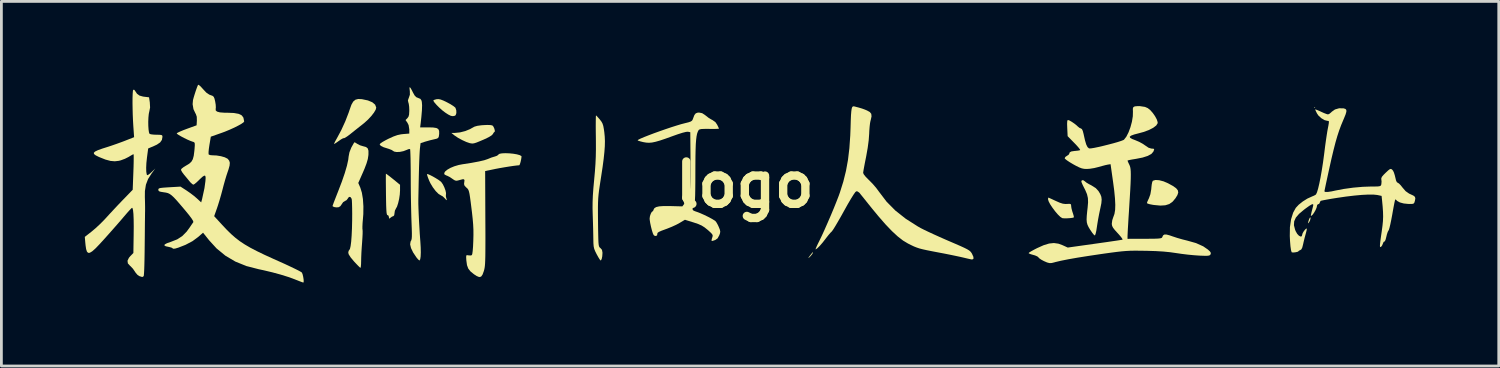
<source format=kicad_pcb>
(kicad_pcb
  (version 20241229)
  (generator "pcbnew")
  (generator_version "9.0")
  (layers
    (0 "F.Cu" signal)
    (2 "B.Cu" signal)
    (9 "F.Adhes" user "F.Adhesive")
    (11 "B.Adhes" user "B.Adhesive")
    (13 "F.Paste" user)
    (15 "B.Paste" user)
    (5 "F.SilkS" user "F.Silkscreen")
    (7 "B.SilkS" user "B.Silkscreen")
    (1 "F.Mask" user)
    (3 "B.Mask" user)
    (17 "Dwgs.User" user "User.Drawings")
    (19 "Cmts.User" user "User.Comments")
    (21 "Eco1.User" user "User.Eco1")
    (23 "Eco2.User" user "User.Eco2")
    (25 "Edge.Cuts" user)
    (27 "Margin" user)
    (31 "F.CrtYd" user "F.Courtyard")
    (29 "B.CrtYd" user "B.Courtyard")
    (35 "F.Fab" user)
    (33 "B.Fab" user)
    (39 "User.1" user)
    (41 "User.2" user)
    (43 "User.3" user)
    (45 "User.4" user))
  (footprint "logo"
    (layer "F.Cu")
    (at 23.739 3.592)
    (property "Reference" "logo" (at 0 0 0) (layer "F.SilkS") (effects (font (size 1.524 1.524) (thickness 0.3))))
    (attr board_only exclude_from_pos_files exclude_from_bom)
    (fp_poly (pts (xy 20.513 -2.776) (xy 20.496 -2.759) (xy 20.48 -2.776) (xy 20.496 -2.793)) (stroke (width 0) (type solid)) (fill yes) (layer "F.SilkS"))
    (fp_poly (pts (xy 20.345 1.205) (xy 20.346 1.215) (xy 20.326 1.295) (xy 20.295 1.348) (xy 20.259 1.391) (xy 20.254 1.377) (xy 20.266 1.33) (xy 20.294 1.245) (xy 20.316 1.197) (xy 20.338 1.17)) (stroke (width 0) (type solid)) (fill yes) (layer "F.SilkS"))
    (fp_poly (pts (xy 2.451 2.448) (xy 2.421 2.5) (xy 2.372 2.562) (xy 2.324 2.61) (xy 2.286 2.641) (xy 2.286 2.63) (xy 2.325 2.574) (xy 2.342 2.552) (xy 2.399 2.478) (xy 2.44 2.433) (xy 2.449 2.427)) (stroke (width 0) (type solid)) (fill yes) (layer "F.SilkS"))
    (fp_poly (pts (xy -10.942 -3.063) (xy -10.84 -3.024) (xy -10.708 -2.96) (xy -10.585 -2.893) (xy -10.483 -2.828) (xy -10.419 -2.777) (xy -10.407 -2.762) (xy -10.378 -2.671) (xy -10.375 -2.576) (xy -10.399 -2.504) (xy -10.425 -2.48) (xy -10.498 -2.464) (xy -10.573 -2.476) (xy -10.668 -2.523) (xy -10.777 -2.594) (xy -10.879 -2.672) (xy -10.985 -2.766) (xy -11.082 -2.863) (xy -11.158 -2.949) (xy -11.2 -3.011) (xy -11.204 -3.028) (xy -11.175 -3.049) (xy -11.104 -3.07) (xy -11.089 -3.073) (xy -11.019 -3.078)) (stroke (width 0) (type solid)) (fill yes) (layer "F.SilkS"))
    (fp_poly (pts (xy -11.394 -0.377) (xy -11.318 -0.344) (xy -11.218 -0.293) (xy -11.111 -0.231) (xy -11.013 -0.169) (xy -10.939 -0.114) (xy -10.917 -0.093) (xy -10.86 -0.011) (xy -10.807 0.098) (xy -10.766 0.21) (xy -10.747 0.304) (xy -10.75 0.348) (xy -10.754 0.417) (xy -10.738 0.482) (xy -10.718 0.549) (xy -10.731 0.558) (xy -10.776 0.51) (xy -10.796 0.487) (xy -10.865 0.421) (xy -10.928 0.386) (xy -11.017 0.332) (xy -11.118 0.231) (xy -11.219 0.098) (xy -11.31 -0.053) (xy -11.352 -0.142) (xy -11.396 -0.252) (xy -11.424 -0.338) (xy -11.432 -0.38) (xy -11.431 -0.382)) (stroke (width 0) (type solid)) (fill yes) (layer "F.SilkS"))
    (fp_poly (pts (xy 14.904 -0.16) (xy 15.061 -0.119) (xy 15.219 -0.051) (xy 15.394 0.045) (xy 15.51 0.126) (xy 15.573 0.202) (xy 15.588 0.282) (xy 15.558 0.375) (xy 15.489 0.488) (xy 15.385 0.612) (xy 15.267 0.696) (xy 15.124 0.741) (xy 14.944 0.752) (xy 14.718 0.731) (xy 14.67 0.724) (xy 14.562 0.703) (xy 14.487 0.68) (xy 14.462 0.661) (xy 14.476 0.614) (xy 14.512 0.533) (xy 14.534 0.489) (xy 14.586 0.344) (xy 14.618 0.16) (xy 14.621 0.116) (xy 14.634 -0.003) (xy 14.653 -0.095) (xy 14.674 -0.14) (xy 14.674 -0.141) (xy 14.77 -0.169)) (stroke (width 0) (type solid)) (fill yes) (layer "F.SilkS"))
    (fp_poly (pts (xy 10.952 0.479) (xy 11.031 0.514) (xy 11.14 0.565) (xy 11.183 0.585) (xy 11.328 0.649) (xy 11.438 0.684) (xy 11.533 0.695) (xy 11.586 0.693) (xy 11.678 0.689) (xy 11.722 0.7) (xy 11.735 0.736) (xy 11.736 0.764) (xy 11.747 0.845) (xy 11.775 0.954) (xy 11.792 1.005) (xy 11.821 1.097) (xy 11.835 1.16) (xy 11.834 1.176) (xy 11.787 1.191) (xy 11.698 1.203) (xy 11.591 1.21) (xy 11.49 1.211) (xy 11.42 1.204) (xy 11.416 1.203) (xy 11.348 1.159) (xy 11.259 1.073) (xy 11.162 0.96) (xy 11.067 0.833) (xy 10.984 0.709) (xy 10.927 0.601) (xy 10.905 0.526) (xy 10.905 0.525) (xy 10.911 0.475) (xy 10.918 0.465)) (stroke (width 0) (type solid)) (fill yes) (layer "F.SilkS"))
    (fp_poly (pts (xy -9.149 -2.144) (xy -9.081 -2.13) (xy -9.079 -2.13) (xy -9.043 -2.089) (xy -9.012 -2.022) (xy -8.993 -1.952) (xy -8.995 -1.904) (xy -9.008 -1.895) (xy -9.035 -1.869) (xy -9.06 -1.823) (xy -9.113 -1.769) (xy -9.226 -1.701) (xy -9.386 -1.625) (xy -9.545 -1.558) (xy -9.656 -1.513) (xy -9.734 -1.489) (xy -9.793 -1.48) (xy -9.847 -1.485) (xy -9.898 -1.495) (xy -10.02 -1.537) (xy -10.168 -1.605) (xy -10.317 -1.686) (xy -10.439 -1.768) (xy -10.456 -1.781) (xy -10.556 -1.861) (xy -10.423 -1.862) (xy -10.246 -1.88) (xy -10.056 -1.928) (xy -9.886 -1.997) (xy -9.812 -2.039) (xy -9.726 -2.086) (xy -9.622 -2.116) (xy -9.48 -2.136) (xy -9.416 -2.141) (xy -9.266 -2.148)) (stroke (width 0) (type solid)) (fill yes) (layer "F.SilkS"))
    (fp_poly (pts (xy -12.883 -0.38) (xy -12.817 -0.331) (xy -12.722 -0.257) (xy -12.652 -0.201) (xy -12.401 0.004) (xy -12.401 0.205) (xy -12.41 0.354) (xy -12.434 0.514) (xy -12.469 0.665) (xy -12.51 0.79) (xy -12.553 0.867) (xy -12.553 0.867) (xy -12.587 0.937) (xy -12.6 1.025) (xy -12.611 1.098) (xy -12.637 1.13) (xy -12.639 1.13) (xy -12.692 1.151) (xy -12.739 1.185) (xy -12.784 1.221) (xy -12.799 1.205) (xy -12.8 1.169) (xy -12.819 1.111) (xy -12.848 1.097) (xy -12.865 1.088) (xy -12.877 1.056) (xy -12.887 0.994) (xy -12.894 0.893) (xy -12.9 0.747) (xy -12.904 0.548) (xy -12.907 0.357) (xy -12.909 0.143) (xy -12.911 -0.048) (xy -12.912 -0.207) (xy -12.911 -0.322) (xy -12.91 -0.385) (xy -12.91 -0.394)) (stroke (width 0) (type solid)) (fill yes) (layer "F.SilkS"))
    (fp_poly (pts (xy -13.772 -3.075) (xy -13.558 -3.03) (xy -13.399 -2.964) (xy -13.297 -2.878) (xy -13.257 -2.773) (xy -13.257 -2.772) (xy -13.277 -2.696) (xy -13.34 -2.59) (xy -13.435 -2.468) (xy -13.553 -2.341) (xy -13.684 -2.222) (xy -13.725 -2.189) (xy -13.866 -2.078) (xy -14.025 -1.952) (xy -14.168 -1.838) (xy -14.172 -1.834) (xy -14.275 -1.755) (xy -14.359 -1.699) (xy -14.409 -1.673) (xy -14.418 -1.674) (xy -14.453 -1.667) (xy -14.524 -1.628) (xy -14.596 -1.578) (xy -14.684 -1.516) (xy -14.749 -1.474) (xy -14.773 -1.463) (xy -14.767 -1.489) (xy -14.734 -1.558) (xy -14.68 -1.655) (xy -14.673 -1.667) (xy -14.515 -1.961) (xy -14.369 -2.281) (xy -14.248 -2.594) (xy -14.213 -2.698) (xy -14.151 -2.873) (xy -14.085 -2.989) (xy -14.005 -3.056) (xy -13.904 -3.082)) (stroke (width 0) (type solid)) (fill yes) (layer "F.SilkS"))
    (fp_poly (pts (xy 12.175 -0.159) (xy 12.232 -0.119) (xy 12.236 -0.115) (xy 12.288 -0.073) (xy 12.379 -0.019) (xy 12.458 0.021) (xy 12.622 0.124) (xy 12.719 0.23) (xy 12.784 0.338) (xy 12.822 0.435) (xy 12.834 0.539) (xy 12.823 0.667) (xy 12.789 0.837) (xy 12.779 0.881) (xy 12.74 1.068) (xy 12.701 1.276) (xy 12.67 1.468) (xy 12.662 1.521) (xy 12.641 1.659) (xy 12.617 1.763) (xy 12.595 1.82) (xy 12.586 1.827) (xy 12.552 1.8) (xy 12.495 1.73) (xy 12.428 1.632) (xy 12.419 1.619) (xy 12.362 1.524) (xy 12.323 1.441) (xy 12.3 1.355) (xy 12.292 1.253) (xy 12.298 1.12) (xy 12.315 0.943) (xy 12.329 0.825) (xy 12.345 0.634) (xy 12.339 0.482) (xy 12.307 0.343) (xy 12.243 0.192) (xy 12.198 0.104) (xy 12.147 0.001) (xy 12.112 -0.082) (xy 12.102 -0.121) (xy 12.124 -0.16)) (stroke (width 0) (type solid)) (fill yes) (layer "F.SilkS"))
    (fp_poly (pts (xy -5.324 -2.467) (xy -5.268 -2.405) (xy -5.216 -2.345) (xy -5.158 -2.269) (xy -5.119 -2.198) (xy -5.091 -2.112) (xy -5.069 -1.991) (xy -5.054 -1.885) (xy -5.039 -1.731) (xy -5.032 -1.567) (xy -5.036 -1.385) (xy -5.051 -1.176) (xy -5.077 -0.931) (xy -5.115 -0.641) (xy -5.167 -0.299) (xy -5.19 -0.151) (xy -5.22 0.046) (xy -5.244 0.209) (xy -5.261 0.353) (xy -5.273 0.491) (xy -5.28 0.637) (xy -5.283 0.804) (xy -5.283 1.005) (xy -5.281 1.255) (xy -5.28 1.354) (xy -5.277 1.617) (xy -5.273 1.822) (xy -5.269 1.976) (xy -5.264 2.087) (xy -5.256 2.164) (xy -5.245 2.214) (xy -5.231 2.245) (xy -5.212 2.266) (xy -5.195 2.279) (xy -5.138 2.344) (xy -5.12 2.444) (xy -5.12 2.454) (xy -5.128 2.576) (xy -5.148 2.671) (xy -5.175 2.722) (xy -5.186 2.726) (xy -5.213 2.699) (xy -5.259 2.627) (xy -5.317 2.524) (xy -5.329 2.502) (xy -5.383 2.394) (xy -5.418 2.306) (xy -5.437 2.218) (xy -5.446 2.107) (xy -5.449 1.953) (xy -5.449 1.945) (xy -5.452 1.789) (xy -5.456 1.588) (xy -5.462 1.367) (xy -5.469 1.146) (xy -5.471 1.079) (xy -5.477 0.844) (xy -5.475 0.622) (xy -5.466 0.392) (xy -5.448 0.135) (xy -5.42 -0.167) (xy -5.419 -0.178) (xy -5.392 -0.476) (xy -5.373 -0.742) (xy -5.361 -0.999) (xy -5.356 -1.269) (xy -5.357 -1.575) (xy -5.358 -1.697) (xy -5.361 -1.919) (xy -5.362 -2.117) (xy -5.361 -2.282) (xy -5.359 -2.405) (xy -5.356 -2.477) (xy -5.353 -2.491)) (stroke (width 0) (type solid)) (fill yes) (layer "F.SilkS"))
    (fp_poly (pts (xy -14.014 -1.515) (xy -13.953 -1.477) (xy -13.941 -1.469) (xy -13.84 -1.416) (xy -13.728 -1.382) (xy -13.726 -1.382) (xy -13.624 -1.354) (xy -13.563 -1.305) (xy -13.537 -1.221) (xy -13.537 -1.089) (xy -13.54 -1.055) (xy -13.56 -0.923) (xy -13.604 -0.771) (xy -13.674 -0.585) (xy -13.73 -0.454) (xy -13.903 -0.061) (xy -13.83 0.107) (xy -13.774 0.288) (xy -13.736 0.517) (xy -13.719 0.78) (xy -13.722 1.059) (xy -13.735 1.224) (xy -13.748 1.372) (xy -13.754 1.499) (xy -13.754 1.587) (xy -13.75 1.616) (xy -13.746 1.667) (xy -13.747 1.769) (xy -13.754 1.908) (xy -13.765 2.069) (xy -13.765 2.071) (xy -13.779 2.26) (xy -13.791 2.455) (xy -13.798 2.63) (xy -13.8 2.734) (xy -13.803 2.856) (xy -13.811 2.946) (xy -13.821 2.99) (xy -13.824 2.992) (xy -13.855 2.969) (xy -13.919 2.906) (xy -14.004 2.817) (xy -14.055 2.762) (xy -14.177 2.616) (xy -14.246 2.508) (xy -14.263 2.449) (xy -14.251 2.382) (xy -14.231 2.355) (xy -14.203 2.312) (xy -14.179 2.208) (xy -14.158 2.047) (xy -14.142 1.834) (xy -14.13 1.574) (xy -14.123 1.272) (xy -14.123 1.243) (xy -14.122 1.035) (xy -14.124 0.846) (xy -14.128 0.688) (xy -14.133 0.573) (xy -14.141 0.51) (xy -14.142 0.507) (xy -14.184 0.445) (xy -14.235 0.439) (xy -14.277 0.491) (xy -14.279 0.499) (xy -14.326 0.558) (xy -14.378 0.585) (xy -14.448 0.629) (xy -14.495 0.698) (xy -14.546 0.772) (xy -14.607 0.81) (xy -14.686 0.817) (xy -14.765 0.806) (xy -14.819 0.782) (xy -14.828 0.766) (xy -14.816 0.728) (xy -14.784 0.639) (xy -14.734 0.511) (xy -14.673 0.355) (xy -14.63 0.246) (xy -14.495 -0.106) (xy -14.388 -0.417) (xy -14.311 -0.681) (xy -14.264 -0.895) (xy -14.25 -1.014) (xy -14.221 -1.164) (xy -14.154 -1.334) (xy -14.061 -1.499) (xy -14.043 -1.524)) (stroke (width 0) (type solid)) (fill yes) (layer "F.SilkS"))
    (fp_poly (pts (xy -8.47 -1.127) (xy -8.328 -1.113) (xy -8.199 -1.091) (xy -8.098 -1.063) (xy -8.04 -1.031) (xy -8.031 -1.011) (xy -8.044 -0.917) (xy -8.065 -0.82) (xy -8.089 -0.74) (xy -8.11 -0.7) (xy -8.114 -0.698) (xy -8.188 -0.692) (xy -8.311 -0.677) (xy -8.468 -0.654) (xy -8.641 -0.626) (xy -8.815 -0.596) (xy -8.974 -0.566) (xy -9 -0.56) (xy -9.34 -0.49) (xy -9.333 1.209) (xy -9.331 1.593) (xy -9.33 1.917) (xy -9.331 2.186) (xy -9.332 2.407) (xy -9.334 2.585) (xy -9.338 2.726) (xy -9.343 2.837) (xy -9.35 2.923) (xy -9.359 2.99) (xy -9.37 3.045) (xy -9.383 3.093) (xy -9.384 3.099) (xy -9.434 3.235) (xy -9.487 3.308) (xy -9.554 3.323) (xy -9.648 3.284) (xy -9.742 3.222) (xy -9.867 3.12) (xy -9.947 3.018) (xy -9.993 2.894) (xy -10.016 2.727) (xy -10.017 2.714) (xy -10.023 2.607) (xy -10.019 2.552) (xy -9.997 2.534) (xy -9.953 2.54) (xy -9.944 2.542) (xy -9.865 2.547) (xy -9.82 2.535) (xy -9.803 2.491) (xy -9.788 2.386) (xy -9.775 2.225) (xy -9.766 2.013) (xy -9.766 2.011) (xy -9.761 1.806) (xy -9.762 1.62) (xy -9.771 1.436) (xy -9.788 1.234) (xy -9.814 0.995) (xy -9.832 0.851) (xy -9.86 0.626) (xy -9.883 0.457) (xy -9.902 0.335) (xy -9.921 0.251) (xy -9.94 0.194) (xy -9.963 0.155) (xy -9.992 0.124) (xy -10.014 0.106) (xy -10.078 0.041) (xy -10.099 -0.022) (xy -10.091 -0.088) (xy -10.083 -0.159) (xy -10.1 -0.193) (xy -10.154 -0.194) (xy -10.257 -0.167) (xy -10.276 -0.161) (xy -10.361 -0.141) (xy -10.423 -0.15) (xy -10.494 -0.193) (xy -10.524 -0.215) (xy -10.619 -0.278) (xy -10.71 -0.323) (xy -10.733 -0.33) (xy -10.801 -0.366) (xy -10.813 -0.416) (xy -10.777 -0.476) (xy -10.699 -0.54) (xy -10.587 -0.604) (xy -10.449 -0.661) (xy -10.291 -0.708) (xy -10.155 -0.734) (xy -9.828 -0.785) (xy -9.566 -0.834) (xy -9.369 -0.88) (xy -9.237 -0.925) (xy -9.226 -0.93) (xy -9.115 -0.975) (xy -9.008 -1.008) (xy -8.988 -1.013) (xy -8.909 -1.042) (xy -8.864 -1.081) (xy -8.864 -1.083) (xy -8.821 -1.111) (xy -8.732 -1.127) (xy -8.609 -1.132)) (stroke (width 0) (type solid)) (fill yes) (layer "F.SilkS"))
    (fp_poly (pts (xy -12.027 -3.483) (xy -11.978 -3.399) (xy -11.937 -3.316) (xy -11.877 -3.209) (xy -11.819 -3.148) (xy -11.748 -3.118) (xy -11.746 -3.117) (xy -11.669 -3.086) (xy -11.63 -3.028) (xy -11.617 -2.973) (xy -11.608 -2.852) (xy -11.614 -2.669) (xy -11.635 -2.425) (xy -11.658 -2.219) (xy -11.678 -2.061) (xy -11.38 -2.061) (xy -11.208 -2.056) (xy -11.093 -2.038) (xy -11.025 -1.999) (xy -10.995 -1.935) (xy -10.993 -1.837) (xy -10.996 -1.806) (xy -11.008 -1.724) (xy -11.033 -1.678) (xy -11.088 -1.652) (xy -11.182 -1.63) (xy -11.321 -1.597) (xy -11.464 -1.557) (xy -11.508 -1.544) (xy -11.663 -1.493) (xy -11.687 -1.29) (xy -11.694 -1.197) (xy -11.702 -1.05) (xy -11.71 -0.863) (xy -11.717 -0.648) (xy -11.723 -0.419) (xy -11.725 -0.336) (xy -11.73 -0.109) (xy -11.734 0.104) (xy -11.738 0.291) (xy -11.741 0.441) (xy -11.743 0.542) (xy -11.743 0.565) (xy -11.743 0.684) (xy -11.738 0.855) (xy -11.73 1.064) (xy -11.719 1.296) (xy -11.705 1.537) (xy -11.691 1.772) (xy -11.675 1.988) (xy -11.671 2.041) (xy -11.658 2.253) (xy -11.654 2.436) (xy -11.66 2.581) (xy -11.675 2.681) (xy -11.697 2.725) (xy -11.703 2.726) (xy -11.737 2.702) (xy -11.791 2.642) (xy -11.81 2.618) (xy -11.929 2.441) (xy -12.006 2.281) (xy -12.038 2.147) (xy -12.022 2.045) (xy -12.012 2.029) (xy -11.994 1.994) (xy -11.982 1.943) (xy -11.976 1.866) (xy -11.975 1.752) (xy -11.979 1.593) (xy -11.987 1.378) (xy -11.988 1.353) (xy -11.995 1.154) (xy -12.001 0.905) (xy -12.007 0.622) (xy -12.012 0.321) (xy -12.015 0.017) (xy -12.016 -0.255) (xy -12.017 -0.507) (xy -12.02 -0.737) (xy -12.023 -0.937) (xy -12.028 -1.098) (xy -12.033 -1.213) (xy -12.038 -1.273) (xy -12.04 -1.28) (xy -12.082 -1.281) (xy -12.153 -1.255) (xy -12.16 -1.251) (xy -12.277 -1.206) (xy -12.407 -1.179) (xy -12.526 -1.174) (xy -12.615 -1.191) (xy -12.639 -1.207) (xy -12.703 -1.248) (xy -12.799 -1.286) (xy -12.831 -1.296) (xy -12.993 -1.347) (xy -13.092 -1.396) (xy -13.131 -1.444) (xy -13.132 -1.453) (xy -13.104 -1.486) (xy -13.028 -1.538) (xy -12.916 -1.601) (xy -12.818 -1.651) (xy -12.64 -1.732) (xy -12.496 -1.783) (xy -12.366 -1.811) (xy -12.286 -1.82) (xy -12.068 -1.838) (xy -12.068 -1.986) (xy -12.093 -2.143) (xy -12.136 -2.229) (xy -12.204 -2.325) (xy -12.136 -2.392) (xy -12.097 -2.446) (xy -12.076 -2.52) (xy -12.069 -2.635) (xy -12.068 -2.678) (xy -12.073 -2.802) (xy -12.087 -2.906) (xy -12.103 -2.961) (xy -12.118 -3.03) (xy -12.088 -3.119) (xy -12.083 -3.129) (xy -12.047 -3.237) (xy -12.049 -3.367) (xy -12.052 -3.387) (xy -12.061 -3.476) (xy -12.054 -3.509)) (stroke (width 0) (type solid)) (fill yes) (layer "F.SilkS"))
    (fp_poly (pts (xy 3.936 -2.815) (xy 4.097 -2.773) (xy 4.218 -2.737) (xy 4.322 -2.699) (xy 4.397 -2.667) (xy 4.496 -2.612) (xy 4.547 -2.547) (xy 4.557 -2.457) (xy 4.529 -2.327) (xy 4.519 -2.294) (xy 4.503 -2.211) (xy 4.488 -2.082) (xy 4.476 -1.928) (xy 4.472 -1.829) (xy 4.455 -1.597) (xy 4.419 -1.326) (xy 4.368 -1.037) (xy 4.358 -0.984) (xy 4.322 -0.806) (xy 4.292 -0.648) (xy 4.269 -0.521) (xy 4.257 -0.441) (xy 4.255 -0.423) (xy 4.28 -0.368) (xy 4.347 -0.284) (xy 4.446 -0.183) (xy 4.469 -0.161) (xy 4.595 -0.033) (xy 4.726 0.119) (xy 4.833 0.264) (xy 4.838 0.27) (xy 5.099 0.613) (xy 5.415 0.932) (xy 5.789 1.227) (xy 6.223 1.503) (xy 6.331 1.564) (xy 6.438 1.618) (xy 6.594 1.693) (xy 6.786 1.782) (xy 7.001 1.879) (xy 7.227 1.979) (xy 7.345 2.03) (xy 7.578 2.13) (xy 7.759 2.209) (xy 7.894 2.271) (xy 7.992 2.32) (xy 8.06 2.361) (xy 8.106 2.397) (xy 8.138 2.434) (xy 8.165 2.475) (xy 8.172 2.489) (xy 8.221 2.598) (xy 8.223 2.666) (xy 8.178 2.691) (xy 8.168 2.691) (xy 8.119 2.682) (xy 8.024 2.661) (xy 7.9 2.632) (xy 7.863 2.623) (xy 7.741 2.595) (xy 7.571 2.559) (xy 7.369 2.517) (xy 7.152 2.474) (xy 6.982 2.442) (xy 6.737 2.395) (xy 6.546 2.357) (xy 6.397 2.324) (xy 6.277 2.293) (xy 6.176 2.259) (xy 6.081 2.221) (xy 5.98 2.173) (xy 5.868 2.117) (xy 5.69 2.01) (xy 5.498 1.861) (xy 5.288 1.667) (xy 5.057 1.425) (xy 4.8 1.13) (xy 4.57 0.851) (xy 4.442 0.692) (xy 4.326 0.547) (xy 4.228 0.425) (xy 4.157 0.337) (xy 4.12 0.291) (xy 4.12 0.291) (xy 4.058 0.245) (xy 4.008 0.238) (xy 3.971 0.271) (xy 3.907 0.362) (xy 3.818 0.505) (xy 3.704 0.699) (xy 3.57 0.939) (xy 3.565 0.948) (xy 3.455 1.146) (xy 3.352 1.325) (xy 3.262 1.478) (xy 3.19 1.595) (xy 3.14 1.667) (xy 3.123 1.687) (xy 3.077 1.732) (xy 3.006 1.815) (xy 2.923 1.921) (xy 2.899 1.953) (xy 2.794 2.087) (xy 2.695 2.201) (xy 2.612 2.283) (xy 2.554 2.324) (xy 2.543 2.327) (xy 2.55 2.3) (xy 2.581 2.226) (xy 2.632 2.117) (xy 2.677 2.027) (xy 2.765 1.845) (xy 2.867 1.622) (xy 2.977 1.372) (xy 3.09 1.111) (xy 3.198 0.853) (xy 3.294 0.614) (xy 3.374 0.408) (xy 3.419 0.283) (xy 3.542 -0.11) (xy 3.638 -0.496) (xy 3.71 -0.891) (xy 3.76 -1.311) (xy 3.792 -1.771) (xy 3.803 -2.061) (xy 3.81 -2.309) (xy 3.818 -2.498) (xy 3.829 -2.636) (xy 3.842 -2.729) (xy 3.86 -2.786) (xy 3.884 -2.813) (xy 3.915 -2.818)) (stroke (width 0) (type solid)) (fill yes) (layer "F.SilkS"))
    (fp_poly (pts (xy -21.962 -3.413) (xy -21.941 -3.388) (xy -21.862 -3.271) (xy -21.771 -3.204) (xy -21.646 -3.169) (xy -21.61 -3.164) (xy -21.428 -3.142) (xy -21.401 -2.959) (xy -21.391 -2.777) (xy -21.417 -2.643) (xy -21.438 -2.545) (xy -21.451 -2.413) (xy -21.457 -2.265) (xy -21.455 -2.116) (xy -21.446 -1.983) (xy -21.431 -1.881) (xy -21.409 -1.827) (xy -21.406 -1.825) (xy -21.35 -1.81) (xy -21.251 -1.799) (xy -21.153 -1.796) (xy -21.039 -1.794) (xy -20.977 -1.784) (xy -20.951 -1.762) (xy -20.946 -1.721) (xy -20.946 -1.72) (xy -20.966 -1.61) (xy -21.03 -1.519) (xy -21.146 -1.44) (xy -21.244 -1.394) (xy -21.46 -1.302) (xy -21.503 -0.975) (xy -21.524 -0.778) (xy -21.532 -0.604) (xy -21.528 -0.464) (xy -21.512 -0.37) (xy -21.497 -0.341) (xy -21.464 -0.351) (xy -21.4 -0.397) (xy -21.339 -0.451) (xy -21.203 -0.582) (xy -21.337 -0.402) (xy -21.463 -0.204) (xy -21.541 0.000409) (xy -21.577 0.229) (xy -21.579 0.449) (xy -21.574 0.614) (xy -21.571 0.783) (xy -21.571 0.924) (xy -21.571 0.948) (xy -21.573 1.031) (xy -21.574 1.17) (xy -21.577 1.356) (xy -21.579 1.578) (xy -21.581 1.827) (xy -21.584 2.091) (xy -21.585 2.194) (xy -21.588 2.453) (xy -21.592 2.691) (xy -21.597 2.9) (xy -21.603 3.072) (xy -21.61 3.198) (xy -21.617 3.27) (xy -21.62 3.283) (xy -21.647 3.314) (xy -21.684 3.318) (xy -21.756 3.296) (xy -21.779 3.288) (xy -21.848 3.24) (xy -21.918 3.157) (xy -21.939 3.123) (xy -22.009 3.022) (xy -22.09 2.936) (xy -22.111 2.918) (xy -22.19 2.832) (xy -22.203 2.736) (xy -22.152 2.629) (xy -22.1 2.568) (xy -21.992 2.457) (xy -21.982 1.818) (xy -21.979 1.507) (xy -21.982 1.251) (xy -21.99 1.054) (xy -22.004 0.918) (xy -22.024 0.844) (xy -22.039 0.831) (xy -22.069 0.855) (xy -22.132 0.921) (xy -22.219 1.018) (xy -22.32 1.136) (xy -22.323 1.139) (xy -22.43 1.265) (xy -22.569 1.425) (xy -22.728 1.606) (xy -22.893 1.792) (xy -23.035 1.951) (xy -23.217 2.15) (xy -23.361 2.299) (xy -23.473 2.398) (xy -23.558 2.449) (xy -23.619 2.452) (xy -23.662 2.408) (xy -23.691 2.319) (xy -23.711 2.184) (xy -23.721 2.087) (xy -23.739 1.878) (xy -23.485 1.679) (xy -23.349 1.564) (xy -23.195 1.421) (xy -23.047 1.272) (xy -22.977 1.197) (xy -22.856 1.064) (xy -22.706 0.903) (xy -22.546 0.732) (xy -22.392 0.571) (xy -22.37 0.549) (xy -22.016 0.183) (xy -21.992 -0.457) (xy -21.985 -0.655) (xy -21.981 -0.828) (xy -21.98 -0.966) (xy -21.981 -1.059) (xy -21.986 -1.097) (xy -21.986 -1.097) (xy -22.022 -1.081) (xy -22.096 -1.039) (xy -22.165 -0.997) (xy -22.296 -0.931) (xy -22.447 -0.875) (xy -22.515 -0.858) (xy -22.662 -0.841) (xy -22.818 -0.855) (xy -22.996 -0.903) (xy -23.21 -0.988) (xy -23.246 -1.004) (xy -23.351 -1.057) (xy -23.408 -1.104) (xy -23.415 -1.148) (xy -23.367 -1.193) (xy -23.263 -1.243) (xy -23.099 -1.301) (xy -22.956 -1.346) (xy -22.79 -1.4) (xy -22.594 -1.468) (xy -22.399 -1.539) (xy -22.312 -1.572) (xy -21.966 -1.708) (xy -21.994 -2.109) (xy -22.006 -2.315) (xy -22.015 -2.53) (xy -22.02 -2.744) (xy -22.023 -2.946) (xy -22.022 -3.124) (xy -22.017 -3.269) (xy -22.009 -3.369) (xy -21.998 -3.413)) (stroke (width 0) (type solid)) (fill yes) (layer "F.SilkS"))
    (fp_poly (pts (xy -1.534 -2.571) (xy -1.423 -2.498) (xy -1.405 -2.483) (xy -1.306 -2.406) (xy -1.204 -2.344) (xy -1.17 -2.328) (xy -1.059 -2.25) (xy -0.996 -2.158) (xy -0.956 -2.076) (xy -0.933 -2.023) (xy -0.931 -2.015) (xy -0.962 -2.01) (xy -1.046 -2.006) (xy -1.168 -2.005) (xy -1.281 -2.006) (xy -1.446 -2.006) (xy -1.556 -2.002) (xy -1.622 -1.989) (xy -1.657 -1.969) (xy -1.662 -1.962) (xy -1.693 -1.903) (xy -1.718 -1.83) (xy -1.737 -1.735) (xy -1.752 -1.613) (xy -1.764 -1.456) (xy -1.771 -1.258) (xy -1.776 -1.011) (xy -1.778 -0.71) (xy -1.779 -0.462) (xy -1.78 -0.115) (xy -1.783 0.169) (xy -1.787 0.39) (xy -1.794 0.551) (xy -1.804 0.653) (xy -1.815 0.7) (xy -1.816 0.701) (xy -1.852 0.769) (xy -1.874 0.836) (xy -1.88 0.888) (xy -1.861 0.922) (xy -1.802 0.952) (xy -1.72 0.98) (xy -1.603 1.025) (xy -1.459 1.089) (xy -1.311 1.161) (xy -1.177 1.233) (xy -1.08 1.293) (xy -1.062 1.306) (xy -1.021 1.358) (xy -0.97 1.449) (xy -0.939 1.517) (xy -0.898 1.618) (xy -0.884 1.687) (xy -0.894 1.752) (xy -0.92 1.822) (xy -0.979 1.93) (xy -1.06 1.988) (xy -1.073 1.993) (xy -1.153 2.02) (xy -1.188 2.025) (xy -1.197 2.009) (xy -1.197 1.997) (xy -1.186 1.945) (xy -1.166 1.884) (xy -1.155 1.838) (xy -1.167 1.795) (xy -1.21 1.741) (xy -1.293 1.664) (xy -1.334 1.628) (xy -1.447 1.537) (xy -1.553 1.47) (xy -1.676 1.415) (xy -1.839 1.36) (xy -1.845 1.358) (xy -2.155 1.262) (xy -2.349 1.378) (xy -2.47 1.443) (xy -2.628 1.515) (xy -2.794 1.582) (xy -2.852 1.603) (xy -2.998 1.657) (xy -3.09 1.698) (xy -3.137 1.732) (xy -3.148 1.763) (xy -3.147 1.768) (xy -3.156 1.823) (xy -3.202 1.847) (xy -3.258 1.832) (xy -3.28 1.81) (xy -3.309 1.747) (xy -3.343 1.639) (xy -3.376 1.509) (xy -3.404 1.377) (xy -3.421 1.264) (xy -3.424 1.217) (xy -3.413 1.134) (xy -3.385 1.049) (xy -3.35 0.984) (xy -3.323 0.964) (xy -3.296 0.937) (xy -3.282 0.898) (xy -3.251 0.843) (xy -3.186 0.805) (xy -3.08 0.78) (xy -2.925 0.769) (xy -2.713 0.769) (xy -2.661 0.77) (xy -2.248 0.781) (xy -2.139 0.639) (xy -2.092 0.573) (xy -2.053 0.507) (xy -2.022 0.433) (xy -1.998 0.345) (xy -1.979 0.235) (xy -1.966 0.097) (xy -1.958 -0.076) (xy -1.953 -0.29) (xy -1.952 -0.552) (xy -1.953 -0.869) (xy -1.955 -1.135) (xy -1.962 -1.887) (xy -2.047 -1.904) (xy -2.117 -1.898) (xy -2.242 -1.867) (xy -2.414 -1.812) (xy -2.603 -1.745) (xy -2.852 -1.655) (xy -3.051 -1.588) (xy -3.209 -1.543) (xy -3.338 -1.516) (xy -3.447 -1.507) (xy -3.549 -1.513) (xy -3.653 -1.531) (xy -3.655 -1.531) (xy -3.76 -1.558) (xy -3.833 -1.581) (xy -3.857 -1.596) (xy -3.826 -1.62) (xy -3.743 -1.661) (xy -3.615 -1.715) (xy -3.452 -1.779) (xy -3.265 -1.85) (xy -3.062 -1.923) (xy -2.853 -1.996) (xy -2.648 -2.065) (xy -2.456 -2.126) (xy -2.287 -2.177) (xy -2.151 -2.212) (xy -2.023 -2.244) (xy -1.944 -2.272) (xy -1.899 -2.304) (xy -1.872 -2.35) (xy -1.858 -2.391) (xy -1.814 -2.505) (xy -1.764 -2.566) (xy -1.693 -2.591) (xy -1.642 -2.593)) (stroke (width 0) (type solid)) (fill yes) (layer "F.SilkS"))
    (fp_poly (pts (xy -19.635 -3.585) (xy -19.577 -3.536) (xy -19.502 -3.454) (xy -19.492 -3.442) (xy -19.371 -3.313) (xy -19.261 -3.238) (xy -19.216 -3.221) (xy -19.144 -3.195) (xy -19.102 -3.159) (xy -19.074 -3.094) (xy -19.05 -2.992) (xy -19.031 -2.876) (xy -19.026 -2.777) (xy -19.031 -2.733) (xy -19.031 -2.671) (xy -18.982 -2.628) (xy -18.879 -2.6) (xy -18.718 -2.588) (xy -18.604 -2.587) (xy -18.377 -2.578) (xy -18.209 -2.548) (xy -18.098 -2.495) (xy -18.038 -2.418) (xy -18.03 -2.389) (xy -18.015 -2.314) (xy -18.007 -2.274) (xy -18.032 -2.24) (xy -18.107 -2.188) (xy -18.222 -2.123) (xy -18.367 -2.05) (xy -18.529 -1.977) (xy -18.698 -1.907) (xy -18.809 -1.866) (xy -19.207 -1.726) (xy -19.258 -1.42) (xy -19.278 -1.283) (xy -19.288 -1.171) (xy -19.287 -1.1) (xy -19.282 -1.085) (xy -19.231 -1.064) (xy -19.161 -1.057) (xy -19.002 -1.05) (xy -18.843 -1.024) (xy -18.706 -0.985) (xy -18.61 -0.937) (xy -18.596 -0.926) (xy -18.545 -0.862) (xy -18.523 -0.787) (xy -18.532 -0.686) (xy -18.571 -0.546) (xy -18.601 -0.459) (xy -18.644 -0.33) (xy -18.695 -0.161) (xy -18.747 0.025) (xy -18.783 0.164) (xy -18.834 0.354) (xy -18.892 0.556) (xy -18.949 0.74) (xy -18.984 0.845) (xy -19.086 1.133) (xy -18.794 1.451) (xy -18.63 1.625) (xy -18.476 1.776) (xy -18.322 1.911) (xy -18.162 2.034) (xy -17.985 2.151) (xy -17.784 2.268) (xy -17.55 2.39) (xy -17.275 2.523) (xy -16.95 2.671) (xy -16.785 2.745) (xy -16.566 2.843) (xy -16.367 2.936) (xy -16.195 3.018) (xy -16.06 3.085) (xy -15.969 3.135) (xy -15.931 3.162) (xy -15.906 3.223) (xy -15.885 3.311) (xy -15.87 3.404) (xy -15.866 3.48) (xy -15.875 3.519) (xy -15.88 3.521) (xy -15.921 3.508) (xy -16.009 3.475) (xy -16.127 3.429) (xy -16.191 3.403) (xy -16.418 3.32) (xy -16.692 3.235) (xy -16.994 3.153) (xy -17.305 3.079) (xy -17.487 3.04) (xy -17.93 2.926) (xy -18.326 2.765) (xy -18.681 2.555) (xy -18.999 2.294) (xy -19.266 2.002) (xy -19.486 1.727) (xy -19.659 1.879) (xy -19.866 2.032) (xy -20.119 2.165) (xy -20.378 2.266) (xy -20.491 2.299) (xy -20.559 2.304) (xy -20.573 2.295) (xy -20.611 2.268) (xy -20.689 2.245) (xy -20.714 2.24) (xy -20.828 2.215) (xy -20.878 2.185) (xy -20.864 2.149) (xy -20.784 2.106) (xy -20.64 2.055) (xy -20.632 2.052) (xy -20.414 1.966) (xy -20.234 1.849) (xy -20.076 1.689) (xy -19.962 1.533) (xy -19.901 1.442) (xy -19.852 1.371) (xy -19.835 1.347) (xy -19.843 1.305) (xy -19.898 1.216) (xy -20 1.081) (xy -20.139 0.912) (xy -20.302 0.72) (xy -20.43 0.572) (xy -20.531 0.463) (xy -20.613 0.387) (xy -20.682 0.336) (xy -20.748 0.304) (xy -20.817 0.286) (xy -20.897 0.274) (xy -21.009 0.256) (xy -21.069 0.236) (xy -21.092 0.205) (xy -21.095 0.183) (xy -21.09 0.154) (xy -21.068 0.134) (xy -21.019 0.12) (xy -20.93 0.109) (xy -20.792 0.099) (xy -20.696 0.093) (xy -20.297 0.07) (xy -20.081 0.209) (xy -19.947 0.302) (xy -19.81 0.406) (xy -19.709 0.493) (xy -19.553 0.637) (xy -19.519 0.51) (xy -19.435 0.123) (xy -19.401 -0.125) (xy -19.393 -0.248) (xy -19.404 -0.315) (xy -19.44 -0.327) (xy -19.506 -0.285) (xy -19.608 -0.191) (xy -19.632 -0.166) (xy -19.719 -0.083) (xy -19.791 -0.024) (xy -19.834 -0.000034) (xy -19.835 0) (xy -19.878 -0.024) (xy -19.941 -0.084) (xy -19.969 -0.117) (xy -20.052 -0.218) (xy -20.145 -0.33) (xy -20.172 -0.362) (xy -20.235 -0.446) (xy -20.274 -0.516) (xy -20.28 -0.54) (xy -20.253 -0.58) (xy -20.181 -0.636) (xy -20.087 -0.692) (xy -19.98 -0.757) (xy -19.905 -0.827) (xy -19.854 -0.916) (xy -19.821 -1.039) (xy -19.799 -1.21) (xy -19.792 -1.285) (xy -19.783 -1.408) (xy -19.784 -1.481) (xy -19.798 -1.518) (xy -19.83 -1.537) (xy -19.852 -1.543) (xy -19.937 -1.573) (xy -20.046 -1.62) (xy -20.165 -1.678) (xy -20.277 -1.737) (xy -20.369 -1.791) (xy -20.424 -1.83) (xy -20.433 -1.845) (xy -20.4 -1.869) (xy -20.317 -1.909) (xy -20.198 -1.959) (xy -20.071 -2.007) (xy -19.718 -2.135) (xy -19.708 -2.306) (xy -19.712 -2.443) (xy -19.745 -2.541) (xy -19.759 -2.563) (xy -19.831 -2.716) (xy -19.861 -2.894) (xy -19.848 -3.042) (xy -19.821 -3.143) (xy -19.783 -3.267) (xy -19.741 -3.396) (xy -19.701 -3.507) (xy -19.67 -3.581) (xy -19.664 -3.592)) (stroke (width 0) (type solid)) (fill yes) (layer "F.SilkS"))
    (fp_poly (pts (xy 21.533 -2.745) (xy 21.546 -2.742) (xy 21.605 -2.722) (xy 21.634 -2.685) (xy 21.635 -2.623) (xy 21.606 -2.524) (xy 21.547 -2.379) (xy 21.527 -2.332) (xy 21.449 -2.146) (xy 21.378 -1.956) (xy 21.311 -1.752) (xy 21.245 -1.524) (xy 21.177 -1.26) (xy 21.103 -0.951) (xy 21.031 -0.629) (xy 20.981 -0.401) (xy 20.936 -0.194) (xy 20.898 -0.018) (xy 20.869 0.12) (xy 20.851 0.209) (xy 20.845 0.241) (xy 20.876 0.262) (xy 20.964 0.262) (xy 21.106 0.241) (xy 21.234 0.213) (xy 21.542 0.154) (xy 21.883 0.107) (xy 22.227 0.077) (xy 22.515 0.067) (xy 22.673 0.066) (xy 22.776 0.063) (xy 22.838 0.053) (xy 22.871 0.036) (xy 22.886 0.007) (xy 22.893 -0.017) (xy 22.901 -0.116) (xy 22.893 -0.18) (xy 22.891 -0.232) (xy 22.917 -0.288) (xy 22.98 -0.361) (xy 23.048 -0.428) (xy 23.139 -0.513) (xy 23.197 -0.557) (xy 23.236 -0.567) (xy 23.269 -0.551) (xy 23.281 -0.541) (xy 23.315 -0.5) (xy 23.345 -0.437) (xy 23.376 -0.339) (xy 23.412 -0.191) (xy 23.419 -0.158) (xy 23.449 -0.092) (xy 23.486 -0.066) (xy 23.528 -0.041) (xy 23.592 0.025) (xy 23.654 0.104) (xy 23.766 0.233) (xy 23.888 0.319) (xy 23.939 0.343) (xy 24.046 0.393) (xy 24.102 0.439) (xy 24.115 0.497) (xy 24.099 0.585) (xy 24.097 0.59) (xy 24.079 0.648) (xy 24.052 0.68) (xy 23.999 0.693) (xy 23.903 0.694) (xy 23.862 0.693) (xy 23.697 0.676) (xy 23.558 0.638) (xy 23.46 0.584) (xy 23.432 0.553) (xy 23.401 0.53) (xy 23.392 0.534) (xy 23.381 0.571) (xy 23.361 0.662) (xy 23.335 0.796) (xy 23.305 0.961) (xy 23.284 1.082) (xy 23.25 1.263) (xy 23.217 1.422) (xy 23.187 1.547) (xy 23.163 1.625) (xy 23.152 1.646) (xy 23.124 1.695) (xy 23.093 1.787) (xy 23.073 1.871) (xy 23.048 1.969) (xy 23.022 2.031) (xy 23.005 2.044) (xy 22.976 2.057) (xy 22.954 2.108) (xy 22.92 2.188) (xy 22.887 2.23) (xy 22.863 2.245) (xy 22.848 2.239) (xy 22.842 2.205) (xy 22.846 2.133) (xy 22.859 2.017) (xy 22.882 1.85) (xy 22.907 1.679) (xy 22.934 1.477) (xy 22.951 1.306) (xy 22.957 1.146) (xy 22.953 0.976) (xy 22.939 0.776) (xy 22.92 0.576) (xy 22.902 0.404) (xy 22.747 0.371) (xy 22.614 0.357) (xy 22.425 0.356) (xy 22.189 0.368) (xy 21.916 0.393) (xy 21.614 0.429) (xy 21.292 0.476) (xy 21.267 0.48) (xy 21.087 0.509) (xy 20.929 0.537) (xy 20.806 0.56) (xy 20.729 0.577) (xy 20.71 0.583) (xy 20.682 0.63) (xy 20.679 0.65) (xy 20.652 0.693) (xy 20.629 0.698) (xy 20.587 0.725) (xy 20.579 0.757) (xy 20.564 0.826) (xy 20.527 0.914) (xy 20.476 1.003) (xy 20.424 1.077) (xy 20.379 1.118) (xy 20.357 1.119) (xy 20.361 1.085) (xy 20.378 1.006) (xy 20.397 0.929) (xy 20.424 0.826) (xy 20.442 0.749) (xy 20.446 0.723) (xy 20.432 0.7) (xy 20.387 0.711) (xy 20.304 0.76) (xy 20.179 0.849) (xy 20.109 0.902) (xy 19.934 1.049) (xy 19.818 1.184) (xy 19.758 1.318) (xy 19.749 1.458) (xy 19.789 1.615) (xy 19.811 1.671) (xy 19.866 1.768) (xy 19.929 1.835) (xy 19.988 1.866) (xy 20.031 1.855) (xy 20.047 1.797) (xy 20.062 1.746) (xy 20.099 1.682) (xy 20.144 1.623) (xy 20.185 1.583) (xy 20.21 1.579) (xy 20.213 1.59) (xy 20.204 1.646) (xy 20.181 1.738) (xy 20.167 1.789) (xy 20.133 1.914) (xy 20.097 2.062) (xy 20.08 2.14) (xy 20.049 2.262) (xy 20.014 2.329) (xy 19.978 2.352) (xy 19.926 2.377) (xy 19.914 2.394) (xy 19.886 2.413) (xy 19.819 2.429) (xy 19.742 2.439) (xy 19.682 2.436) (xy 19.667 2.429) (xy 19.644 2.354) (xy 19.624 2.215) (xy 19.608 2.016) (xy 19.6 1.845) (xy 19.605 1.528) (xy 19.646 1.246) (xy 19.721 1.006) (xy 19.816 0.834) (xy 19.922 0.72) (xy 20.068 0.604) (xy 20.232 0.501) (xy 20.39 0.429) (xy 20.477 0.392) (xy 20.536 0.357) (xy 20.543 0.35) (xy 20.578 0.276) (xy 20.618 0.145) (xy 20.661 -0.037) (xy 20.706 -0.26) (xy 20.751 -0.516) (xy 20.795 -0.797) (xy 20.835 -1.094) (xy 20.844 -1.166) (xy 20.87 -1.375) (xy 20.899 -1.584) (xy 20.927 -1.774) (xy 20.951 -1.926) (xy 20.961 -1.98) (xy 20.989 -2.125) (xy 21.004 -2.217) (xy 21.007 -2.267) (xy 20.998 -2.289) (xy 20.976 -2.294) (xy 20.96 -2.294) (xy 20.854 -2.32) (xy 20.738 -2.388) (xy 20.635 -2.48) (xy 20.58 -2.559) (xy 20.539 -2.642) (xy 20.515 -2.697) (xy 20.513 -2.707) (xy 20.54 -2.702) (xy 20.612 -2.674) (xy 20.713 -2.629) (xy 20.721 -2.625) (xy 20.832 -2.575) (xy 20.924 -2.54) (xy 20.975 -2.527) (xy 21.027 -2.55) (xy 21.094 -2.606) (xy 21.108 -2.622) (xy 21.225 -2.705) (xy 21.374 -2.748)) (stroke (width 0) (type solid)) (fill yes) (layer "F.SilkS"))
    (fp_poly (pts (xy 14.392 -2.797) (xy 14.491 -2.754) (xy 14.58 -2.684) (xy 14.671 -2.581) (xy 14.753 -2.464) (xy 14.816 -2.348) (xy 14.847 -2.251) (xy 14.847 -2.209) (xy 14.796 -2.128) (xy 14.687 -2.045) (xy 14.531 -1.965) (xy 14.336 -1.894) (xy 14.178 -1.851) (xy 14.003 -1.805) (xy 13.892 -1.764) (xy 13.844 -1.726) (xy 13.857 -1.687) (xy 13.929 -1.644) (xy 14.047 -1.598) (xy 14.184 -1.54) (xy 14.317 -1.467) (xy 14.401 -1.409) (xy 14.521 -1.328) (xy 14.625 -1.297) (xy 14.631 -1.297) (xy 14.702 -1.293) (xy 14.723 -1.272) (xy 14.704 -1.214) (xy 14.69 -1.184) (xy 14.621 -1.105) (xy 14.49 -1.034) (xy 14.305 -0.975) (xy 14.071 -0.929) (xy 14.053 -0.926) (xy 13.924 -0.905) (xy 13.825 -0.886) (xy 13.77 -0.87) (xy 13.764 -0.865) (xy 13.778 -0.826) (xy 13.812 -0.751) (xy 13.829 -0.717) (xy 13.848 -0.673) (xy 13.863 -0.621) (xy 13.874 -0.555) (xy 13.88 -0.468) (xy 13.882 -0.355) (xy 13.88 -0.208) (xy 13.873 -0.023) (xy 13.861 0.208) (xy 13.844 0.49) (xy 13.823 0.83) (xy 13.814 0.981) (xy 13.799 1.205) (xy 13.787 1.413) (xy 13.776 1.593) (xy 13.769 1.733) (xy 13.765 1.824) (xy 13.764 1.847) (xy 13.764 1.948) (xy 14.379 1.947) (xy 14.598 1.945) (xy 14.759 1.943) (xy 14.872 1.938) (xy 14.945 1.929) (xy 14.987 1.917) (xy 15.007 1.9) (xy 15.012 1.89) (xy 15.042 1.825) (xy 15.088 1.794) (xy 15.163 1.793) (xy 15.278 1.823) (xy 15.379 1.858) (xy 15.549 1.914) (xy 15.74 1.969) (xy 15.908 2.011) (xy 16.228 2.101) (xy 16.487 2.218) (xy 16.654 2.333) (xy 16.73 2.403) (xy 16.76 2.453) (xy 16.754 2.498) (xy 16.75 2.505) (xy 16.73 2.532) (xy 16.696 2.549) (xy 16.636 2.557) (xy 16.538 2.558) (xy 16.388 2.553) (xy 16.346 2.551) (xy 16.161 2.538) (xy 15.939 2.517) (xy 15.711 2.489) (xy 15.526 2.462) (xy 15.293 2.429) (xy 15.051 2.405) (xy 14.782 2.389) (xy 14.468 2.379) (xy 14.396 2.378) (xy 14.186 2.375) (xy 14.011 2.374) (xy 13.857 2.377) (xy 13.711 2.385) (xy 13.558 2.398) (xy 13.385 2.417) (xy 13.178 2.444) (xy 12.925 2.479) (xy 12.813 2.495) (xy 12.363 2.562) (xy 11.971 2.624) (xy 11.641 2.682) (xy 11.374 2.735) (xy 11.171 2.783) (xy 11.133 2.794) (xy 11.034 2.818) (xy 10.955 2.82) (xy 10.871 2.798) (xy 10.754 2.747) (xy 10.752 2.746) (xy 10.655 2.694) (xy 10.585 2.644) (xy 10.563 2.618) (xy 10.522 2.582) (xy 10.438 2.545) (xy 10.375 2.527) (xy 10.28 2.5) (xy 10.219 2.473) (xy 10.207 2.46) (xy 10.234 2.435) (xy 10.31 2.389) (xy 10.42 2.329) (xy 10.514 2.281) (xy 10.747 2.177) (xy 10.943 2.117) (xy 11.116 2.099) (xy 11.279 2.122) (xy 11.421 2.174) (xy 11.614 2.262) (xy 12.581 2.126) (xy 12.828 2.091) (xy 13.054 2.059) (xy 13.251 2.03) (xy 13.409 2.007) (xy 13.522 1.989) (xy 13.579 1.98) (xy 13.584 1.979) (xy 13.579 1.952) (xy 13.535 1.888) (xy 13.461 1.8) (xy 13.41 1.744) (xy 13.307 1.631) (xy 13.244 1.549) (xy 13.211 1.484) (xy 13.199 1.42) (xy 13.199 1.397) (xy 13.215 1.278) (xy 13.253 1.164) (xy 13.254 1.163) (xy 13.294 1.051) (xy 13.318 0.907) (xy 13.324 0.725) (xy 13.313 0.497) (xy 13.286 0.217) (xy 13.247 -0.081) (xy 13.154 -0.737) (xy 13.052 -0.721) (xy 12.968 -0.703) (xy 12.847 -0.671) (xy 12.717 -0.635) (xy 12.568 -0.598) (xy 12.412 -0.573) (xy 12.299 -0.565) (xy 12.205 -0.569) (xy 12.12 -0.586) (xy 12.027 -0.621) (xy 11.906 -0.681) (xy 11.808 -0.735) (xy 11.682 -0.81) (xy 11.582 -0.877) (xy 11.518 -0.929) (xy 11.503 -0.952) (xy 11.53 -0.999) (xy 11.586 -1.037) (xy 11.648 -1.079) (xy 11.669 -1.117) (xy 11.687 -1.165) (xy 11.748 -1.196) (xy 11.863 -1.213) (xy 11.892 -1.215) (xy 11.986 -1.225) (xy 12.05 -1.239) (xy 12.061 -1.245) (xy 12.048 -1.276) (xy 11.996 -1.342) (xy 11.915 -1.433) (xy 11.845 -1.505) (xy 11.61 -1.745) (xy 11.596 -2.036) (xy 11.591 -2.189) (xy 11.596 -2.282) (xy 11.611 -2.324) (xy 11.621 -2.327) (xy 11.676 -2.308) (xy 11.76 -2.26) (xy 11.854 -2.196) (xy 11.935 -2.131) (xy 11.971 -2.096) (xy 12.038 -2.042) (xy 12.085 -2.023) (xy 12.124 -1.998) (xy 12.155 -1.932) (xy 12.186 -1.814) (xy 12.19 -1.792) (xy 12.236 -1.589) (xy 12.279 -1.445) (xy 12.324 -1.354) (xy 12.372 -1.31) (xy 12.394 -1.303) (xy 12.458 -1.306) (xy 12.572 -1.325) (xy 12.721 -1.356) (xy 12.892 -1.396) (xy 13.072 -1.441) (xy 13.248 -1.487) (xy 13.406 -1.532) (xy 13.533 -1.573) (xy 13.615 -1.605) (xy 13.637 -1.618) (xy 13.72 -1.724) (xy 13.799 -1.879) (xy 13.868 -2.064) (xy 13.922 -2.263) (xy 13.954 -2.458) (xy 13.959 -2.629) (xy 13.958 -2.639) (xy 13.955 -2.733) (xy 13.973 -2.789) (xy 14.025 -2.816) (xy 14.124 -2.825) (xy 14.201 -2.826)) (stroke (width 0) (type solid)) (fill yes) (layer "F.SilkS")))
  (gr_rect
    (start -3 -3)
    (end 50.855 10.113)
    (stroke (width 0.1) (type default))
    (fill no)
    (layer "Edge.Cuts")))
</source>
